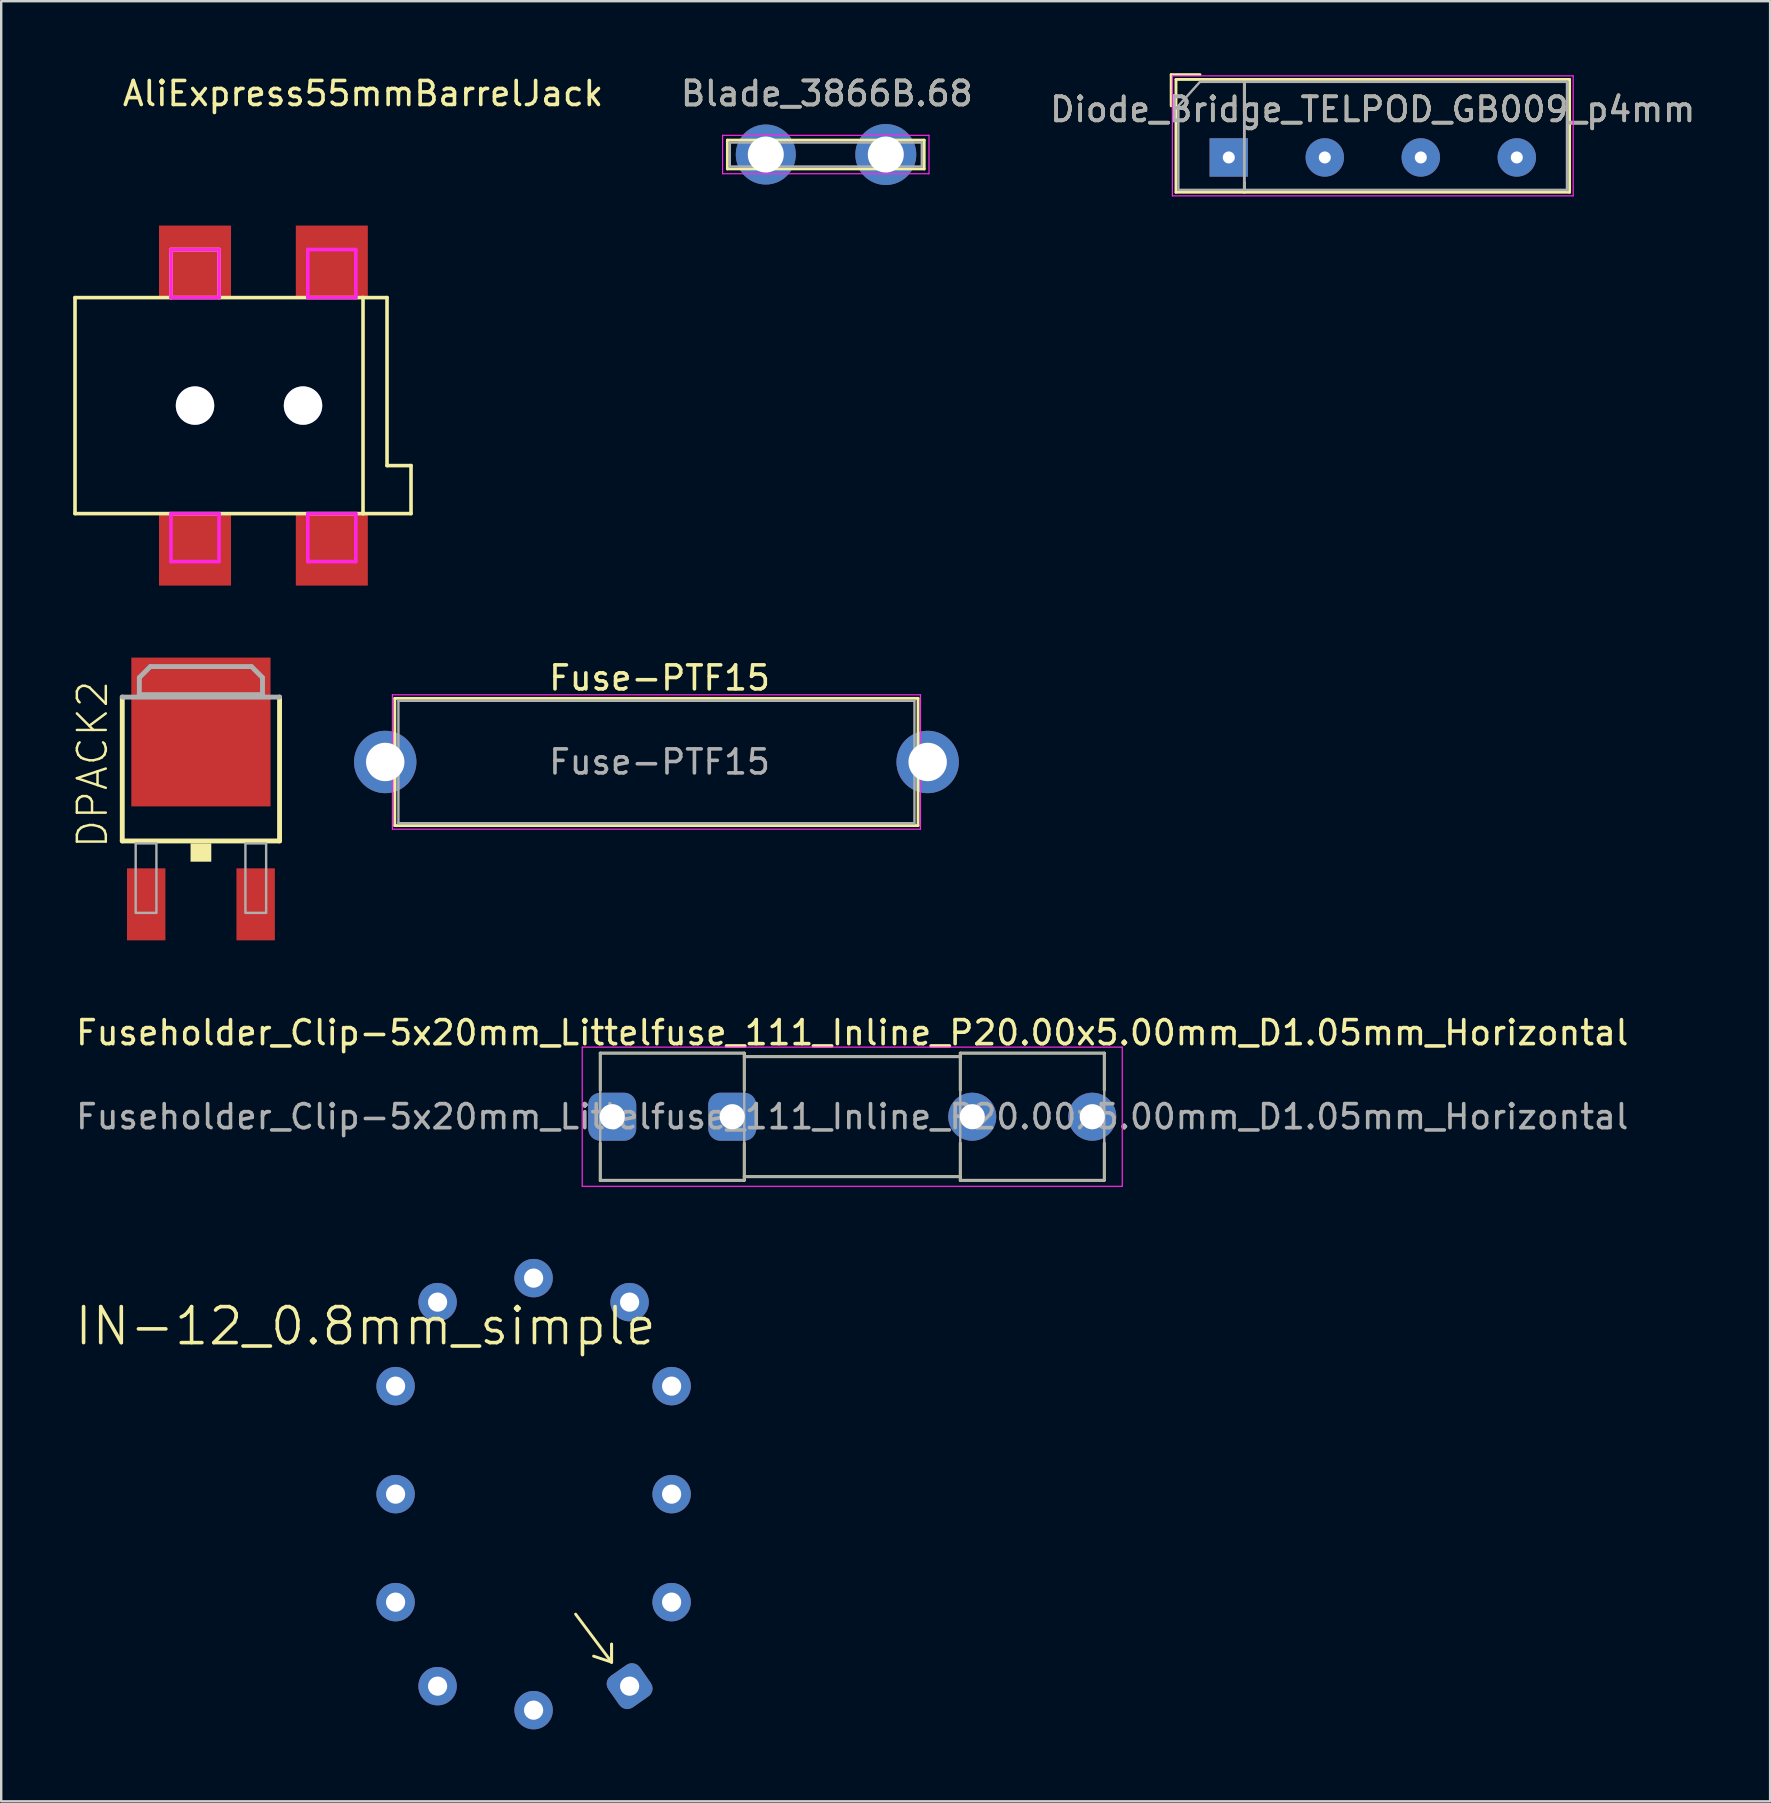
<source format=kicad_pcb>
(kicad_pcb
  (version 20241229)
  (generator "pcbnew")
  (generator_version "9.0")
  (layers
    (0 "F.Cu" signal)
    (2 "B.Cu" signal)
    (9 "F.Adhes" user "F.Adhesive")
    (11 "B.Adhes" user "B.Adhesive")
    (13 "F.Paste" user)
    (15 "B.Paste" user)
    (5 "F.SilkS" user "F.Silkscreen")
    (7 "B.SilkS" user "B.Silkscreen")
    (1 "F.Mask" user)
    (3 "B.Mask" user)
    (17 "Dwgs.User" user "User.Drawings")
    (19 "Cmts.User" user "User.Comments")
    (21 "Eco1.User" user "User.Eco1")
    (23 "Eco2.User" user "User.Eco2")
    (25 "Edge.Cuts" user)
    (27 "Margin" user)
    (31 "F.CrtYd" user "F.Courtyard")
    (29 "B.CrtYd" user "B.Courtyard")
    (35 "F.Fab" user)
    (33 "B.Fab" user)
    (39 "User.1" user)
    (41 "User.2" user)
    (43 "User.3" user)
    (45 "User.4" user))
  (footprint "Blade_3866B.68"
    (layer "F.Cu")
    (at 28.856 3.388)
    (property "Reference" "Blade_3866B.68" (at 2.54 -2.54 0) (layer "F.SilkS") (effects (font (size 1 1) (thickness 0.15))))
    (attr through_hole)
    (fp_line (start -1.6 -0.6) (end 6.6 -0.6) (stroke (width 0.12) (type solid)) (layer "F.SilkS"))
    (fp_line (start -1.6 0.6) (end -1.6 -0.6) (stroke (width 0.12) (type solid)) (layer "F.SilkS"))
    (fp_line (start -1.6 0.6) (end 6.6 0.6) (stroke (width 0.12) (type solid)) (layer "F.SilkS"))
    (fp_line (start 6.6 -0.6) (end 6.6 0.6) (stroke (width 0.12) (type solid)) (layer "F.SilkS"))
    (fp_line (start -1.8 -0.8) (end -1.8 0.8) (stroke (width 0.05) (type solid)) (layer "F.CrtYd"))
    (fp_line (start -1.8 -0.8) (end 6.8 -0.8) (stroke (width 0.05) (type solid)) (layer "F.CrtYd"))
    (fp_line (start -1.8 0.8) (end 6.8 0.8) (stroke (width 0.05) (type solid)) (layer "F.CrtYd"))
    (fp_line (start 6.8 -0.8) (end 6.8 0.8) (stroke (width 0.05) (type solid)) (layer "F.CrtYd"))
    (fp_line (start -1.5 -0.5) (end -1.5 0.5) (stroke (width 0.1) (type solid)) (layer "F.Fab"))
    (fp_line (start -1.5 -0.5) (end 6.5 -0.5) (stroke (width 0.1) (type solid)) (layer "F.Fab"))
    (fp_line (start -1.5 0.5) (end 6.5 0.5) (stroke (width 0.1) (type solid)) (layer "F.Fab"))
    (fp_line (start 6.5 -0.5) (end 6.5 0.5) (stroke (width 0.1) (type solid)) (layer "F.Fab"))
    (fp_text user "${REFERENCE}" (at 2.54 -2.54 0) (layer "F.Fab") (effects (font (size 1 1) (thickness 0.15))))
    (pad "1" thru_hole circle (at 0 0) (size 2.5 2.5) (drill 1.5) (layers "*.Cu" "*.Mask"))
    (pad "1" thru_hole circle (at 5 0) (size 2.54 2.54) (drill 1.5) (layers "*.Cu" "*.Mask")))
  (footprint "IN-12_0.8mm_simple"
    (layer "F.Cu")
    (at 19.182 59.202)
    (property "Reference" "IN-12_0.8mm_simple" (at -7 -7 180) (layer "F.SilkS") (effects (font (size 1.5 1.5) (thickness 0.15))))
    (attr through_hole)
    (fp_line (start 3.25 6.25) (end 3.25 7) (stroke (width 0.12) (type solid)) (layer "F.SilkS"))
    (fp_line (start 3.25 7) (end 1.75 5) (stroke (width 0.12) (type solid)) (layer "F.SilkS"))
    (fp_line (start 3.25 7) (end 2.5 6.75) (stroke (width 0.12) (type solid)) (layer "F.SilkS"))
    (fp_line (start 3.25 7) (end 3.25 6.25) (stroke (width 0.12) (type solid)) (layer "F.SilkS"))
    (pad "1" thru_hole roundrect (at 4 8 305) (size 1.6 1.6) (drill 0.8) (layers "*.Cu" "*.Mask") (roundrect_rratio 0.25))
    (pad "2" thru_hole circle (at 5.75 4.5) (size 1.6 1.6) (drill 0.8) (layers "*.Cu" "*.Mask"))
    (pad "3" thru_hole circle (at 5.75 0) (size 1.6 1.6) (drill 0.8) (layers "*.Cu" "*.Mask"))
    (pad "4" thru_hole circle (at 5.75 -4.5) (size 1.6 1.6) (drill 0.8) (layers "*.Cu" "*.Mask"))
    (pad "5" thru_hole circle (at 4 -8) (size 1.6 1.6) (drill 0.8) (layers "*.Cu" "*.Mask"))
    (pad "6" thru_hole circle (at 0 -9) (size 1.6 1.6) (drill 0.8) (layers "*.Cu" "*.Mask"))
    (pad "7" thru_hole circle (at -4 -8) (size 1.6 1.6) (drill 0.8) (layers "*.Cu" "*.Mask"))
    (pad "8" thru_hole circle (at -5.75 -4.5) (size 1.6 1.6) (drill 0.8) (layers "*.Cu" "*.Mask"))
    (pad "9" thru_hole circle (at -5.75 0) (size 1.6 1.6) (drill 0.8) (layers "*.Cu" "*.Mask"))
    (pad "10" thru_hole circle (at -5.75 4.5) (size 1.6 1.6) (drill 0.8) (layers "*.Cu" "*.Mask"))
    (pad "11" thru_hole oval (at -4 8) (size 1.6 1.6) (drill 0.8) (layers "*.Cu" "*.Mask"))
    (pad "12" thru_hole circle (at 0 9) (size 1.6 1.6) (drill 0.8) (layers "*.Cu" "*.Mask")))
  (footprint "Fuseholder_Clip-5x20mm_Littelfuse_111_Inline_P20.00x5.00mm_D1.05mm_Horizontal"
    (layer "F.Cu")
    (at 22.458 43.477)
    (property "Reference" "Fuseholder_Clip-5x20mm_Littelfuse_111_Inline_P20.00x5.00mm_D1.05mm_Horizontal" (at 10 -3.5 0) (layer "F.SilkS") (effects (font (size 1 1) (thickness 0.15))))
    (attr through_hole)
    (fp_line (start -0.5 -2.65) (end -0.5 -1.1) (stroke (width 0.12) (type solid)) (layer "F.SilkS"))
    (fp_line (start -0.5 2.65) (end -0.5 1.1) (stroke (width 0.12) (type solid)) (layer "F.SilkS"))
    (fp_line (start 5.5 -2.65) (end -0.5 -2.65) (stroke (width 0.12) (type solid)) (layer "F.SilkS"))
    (fp_line (start 5.5 -2.65) (end 5.5 -1.1) (stroke (width 0.12) (type solid)) (layer "F.SilkS"))
    (fp_line (start 5.5 2.65) (end -0.5 2.65) (stroke (width 0.12) (type solid)) (layer "F.SilkS"))
    (fp_line (start 5.5 2.65) (end 5.5 1.1) (stroke (width 0.12) (type solid)) (layer "F.SilkS"))
    (fp_line (start 14.5 -2.65) (end 14.5 -1.1) (stroke (width 0.12) (type solid)) (layer "F.SilkS"))
    (fp_line (start 14.5 -2.5) (end 5.5 -2.5) (stroke (width 0.12) (type solid)) (layer "F.SilkS"))
    (fp_line (start 14.5 2.5) (end 5.5 2.5) (stroke (width 0.12) (type solid)) (layer "F.SilkS"))
    (fp_line (start 14.5 2.65) (end 14.5 1.1) (stroke (width 0.12) (type solid)) (layer "F.SilkS"))
    (fp_line (start 14.5 2.65) (end 20.5 2.65) (stroke (width 0.12) (type solid)) (layer "F.SilkS"))
    (fp_line (start 20.5 -2.65) (end 14.5 -2.65) (stroke (width 0.12) (type solid)) (layer "F.SilkS"))
    (fp_line (start 20.5 -1.1) (end 20.5 -2.65) (stroke (width 0.12) (type solid)) (layer "F.SilkS"))
    (fp_line (start 20.5 1.1) (end 20.5 2.65) (stroke (width 0.12) (type solid)) (layer "F.SilkS"))
    (fp_line (start -1.25 -2.9) (end -1.25 2.9) (stroke (width 0.05) (type solid)) (layer "F.CrtYd"))
    (fp_line (start -1.25 -2.9) (end 21.25 -2.9) (stroke (width 0.05) (type solid)) (layer "F.CrtYd"))
    (fp_line (start 21.25 2.9) (end -1.25 2.9) (stroke (width 0.05) (type solid)) (layer "F.CrtYd"))
    (fp_line (start 21.25 2.9) (end 21.25 -2.9) (stroke (width 0.05) (type solid)) (layer "F.CrtYd"))
    (fp_line (start -0.5 -2.65) (end 5.5 -2.65) (stroke (width 0.1) (type solid)) (layer "F.Fab"))
    (fp_line (start -0.5 2.65) (end -0.5 -2.65) (stroke (width 0.1) (type solid)) (layer "F.Fab"))
    (fp_line (start 5.5 -2.65) (end 5.5 2.65) (stroke (width 0.1) (type solid)) (layer "F.Fab"))
    (fp_line (start 5.5 -2.5) (end 14.5 -2.5) (stroke (width 0.1) (type solid)) (layer "F.Fab"))
    (fp_line (start 5.5 2.65) (end -0.5 2.65) (stroke (width 0.1) (type solid)) (layer "F.Fab"))
    (fp_line (start 14.5 -2.65) (end 14.5 2.65) (stroke (width 0.1) (type solid)) (layer "F.Fab"))
    (fp_line (start 14.5 2.5) (end 5.5 2.5) (stroke (width 0.1) (type solid)) (layer "F.Fab"))
    (fp_line (start 14.5 2.65) (end 20.5 2.65) (stroke (width 0.1) (type solid)) (layer "F.Fab"))
    (fp_line (start 20.5 -2.65) (end 14.5 -2.65) (stroke (width 0.1) (type solid)) (layer "F.Fab"))
    (fp_line (start 20.5 2.65) (end 20.5 -2.65) (stroke (width 0.1) (type solid)) (layer "F.Fab"))
    (fp_text user "${REFERENCE}" (at 10 0 0) (layer "F.Fab") (effects (font (size 1 1) (thickness 0.15))))
    (pad "1" thru_hole roundrect (at 0 0) (size 2 2) (drill 1.05) (layers "*.Cu" "*.Mask") (roundrect_rratio 0.25))
    (pad "1" thru_hole roundrect (at 5 0) (size 2 2) (drill 1.05) (layers "*.Cu" "*.Mask") (roundrect_rratio 0.25))
    (pad "2" thru_hole circle (at 15 0) (size 2 2) (drill 1.05) (layers "*.Cu" "*.Mask"))
    (pad "2" thru_hole circle (at 20 0) (size 2 2) (drill 1.05) (layers "*.Cu" "*.Mask")))
  (footprint "Diode_Bridge_TELPOD_GB009_p4mm"
    (layer "F.Cu")
    (at 48.146 3.51)
    (property "Reference" "Diode_Bridge_TELPOD_GB009_p4mm" (at 6 -2 0) (layer "F.SilkS") (effects (font (size 1 1) (thickness 0.15))))
    (attr through_hole)
    (fp_line (start -2.4 -3.45) (end -1.2 -3.45) (stroke (width 0.12) (type solid)) (layer "F.SilkS"))
    (fp_line (start -2.4 -2.15) (end -2.4 -3.45) (stroke (width 0.12) (type solid)) (layer "F.SilkS"))
    (fp_line (start -2.2 -3.25) (end -2.2 1.45) (stroke (width 0.12) (type solid)) (layer "F.SilkS"))
    (fp_line (start -2.2 1.45) (end 14.2 1.45) (stroke (width 0.12) (type solid)) (layer "F.SilkS"))
    (fp_line (start 0.65 -1.9) (end 0.65 -3.25) (stroke (width 0.12) (type solid)) (layer "F.SilkS"))
    (fp_line (start 0.65 1.05) (end 0.65 1.45) (stroke (width 0.12) (type solid)) (layer "F.SilkS"))
    (fp_line (start 14.2 -3.25) (end -2.2 -3.25) (stroke (width 0.12) (type solid)) (layer "F.SilkS"))
    (fp_line (start 14.2 1.45) (end 14.2 -3.25) (stroke (width 0.12) (type solid)) (layer "F.SilkS"))
    (fp_line (start -2.35 -3.4) (end -2.35 1.6) (stroke (width 0.05) (type solid)) (layer "F.CrtYd"))
    (fp_line (start -2.35 -3.4) (end 14.35 -3.4) (stroke (width 0.05) (type solid)) (layer "F.CrtYd"))
    (fp_line (start 14.35 1.6) (end -2.35 1.6) (stroke (width 0.05) (type solid)) (layer "F.CrtYd"))
    (fp_line (start 14.35 1.6) (end 14.35 -3.4) (stroke (width 0.05) (type solid)) (layer "F.CrtYd"))
    (fp_line (start -2.1 -2.15) (end -2.1 1.35) (stroke (width 0.1) (type solid)) (layer "F.Fab"))
    (fp_line (start -2.1 1.35) (end 14.1 1.35) (stroke (width 0.1) (type solid)) (layer "F.Fab"))
    (fp_line (start -1.2 -3.15) (end -2.1 -2.15) (stroke (width 0.1) (type solid)) (layer "F.Fab"))
    (fp_line (start 0.65 -3.15) (end 0.65 1.35) (stroke (width 0.12) (type solid)) (layer "F.Fab"))
    (fp_line (start 14.1 -3.15) (end -1.2 -3.15) (stroke (width 0.1) (type solid)) (layer "F.Fab"))
    (fp_line (start 14.1 1.35) (end 14.1 -3.15) (stroke (width 0.12) (type solid)) (layer "F.Fab"))
    (fp_text user "${REFERENCE}" (at 6 -2 0) (layer "F.Fab") (effects (font (size 1 1) (thickness 0.15))))
    (pad "1" thru_hole rect (at 0 0) (size 1.6 1.6) (drill 0.5) (layers "*.Cu" "*.Mask"))
    (pad "2" thru_hole circle (at 4 0) (size 1.6 1.6) (drill 0.5) (layers "*.Cu" "*.Mask"))
    (pad "3" thru_hole circle (at 8 0) (size 1.6 1.6) (drill 0.5) (layers "*.Cu" "*.Mask"))
    (pad "4" thru_hole circle (at 12 0) (size 1.6 1.6) (drill 0.5) (layers "*.Cu" "*.Mask")))
  (footprint "AliExpress55mmBarrelJack"
    (layer "F.Cu")
    (at 5.075 13.848)
    (property "Reference" "AliExpress55mmBarrelJack" (at 7 -13 0) (layer "F.SilkS") (effects (font (size 1 1) (thickness 0.15))))
    (attr through_hole)
    (fp_line (start -5 -4.5) (end -5 4.5) (stroke (width 0.15) (type solid)) (layer "F.SilkS"))
    (fp_line (start -5 4.5) (end 7 4.5) (stroke (width 0.15) (type solid)) (layer "F.SilkS"))
    (fp_line (start -1 -6.5) (end 1 -6.5) (stroke (width 0.15) (type solid)) (layer "F.SilkS"))
    (fp_line (start -1 -4.5) (end -1 -6.5) (stroke (width 0.15) (type solid)) (layer "F.SilkS"))
    (fp_line (start 1 -6.5) (end 1 -4.5) (stroke (width 0.15) (type solid)) (layer "F.SilkS"))
    (fp_line (start 7 -4.5) (end -5 -4.5) (stroke (width 0.15) (type solid)) (layer "F.SilkS"))
    (fp_line (start 7 4.5) (end 7 -4.5) (stroke (width 0.15) (type solid)) (layer "F.SilkS"))
    (fp_line (start 7 4.5) (end 9 4.5) (stroke (width 0.15) (type solid)) (layer "F.SilkS"))
    (fp_line (start 8 -4.5) (end 7 -4.5) (stroke (width 0.15) (type solid)) (layer "F.SilkS"))
    (fp_line (start 8 2.5) (end 8 -4.5) (stroke (width 0.15) (type solid)) (layer "F.SilkS"))
    (fp_line (start 9 2.5) (end 8 2.5) (stroke (width 0.15) (type solid)) (layer "F.SilkS"))
    (fp_line (start 9 4.5) (end 9 2.5) (stroke (width 0.15) (type solid)) (layer "F.SilkS"))
    (fp_line (start -1 -6.5) (end 1 -6.5) (stroke (width 0.15) (type solid)) (layer "F.CrtYd"))
    (fp_line (start -1 -4.5) (end -1 -6.5) (stroke (width 0.15) (type solid)) (layer "F.CrtYd"))
    (fp_line (start -1 4.5) (end 1 4.5) (stroke (width 0.15) (type solid)) (layer "F.CrtYd"))
    (fp_line (start -1 6.5) (end -1 4.5) (stroke (width 0.15) (type solid)) (layer "F.CrtYd"))
    (fp_line (start 1 -6.5) (end 1 -4.5) (stroke (width 0.15) (type solid)) (layer "F.CrtYd"))
    (fp_line (start 1 -4.5) (end -1 -4.5) (stroke (width 0.15) (type solid)) (layer "F.CrtYd"))
    (fp_line (start 1 4.5) (end 1 6.5) (stroke (width 0.15) (type solid)) (layer "F.CrtYd"))
    (fp_line (start 1 6.5) (end -1 6.5) (stroke (width 0.15) (type solid)) (layer "F.CrtYd"))
    (fp_line (start 4.7 -6.5) (end 6.7 -6.5) (stroke (width 0.15) (type solid)) (layer "F.CrtYd"))
    (fp_line (start 4.7 -4.5) (end 4.7 -6.5) (stroke (width 0.15) (type solid)) (layer "F.CrtYd"))
    (fp_line (start 4.7 4.5) (end 6.7 4.5) (stroke (width 0.15) (type solid)) (layer "F.CrtYd"))
    (fp_line (start 4.7 6.5) (end 4.7 4.5) (stroke (width 0.15) (type solid)) (layer "F.CrtYd"))
    (fp_line (start 6.7 -6.5) (end 6.7 -4.5) (stroke (width 0.15) (type solid)) (layer "F.CrtYd"))
    (fp_line (start 6.7 -4.5) (end 4.7 -4.5) (stroke (width 0.15) (type solid)) (layer "F.CrtYd"))
    (fp_line (start 6.7 4.5) (end 6.7 6.5) (stroke (width 0.15) (type solid)) (layer "F.CrtYd"))
    (fp_line (start 6.7 6.5) (end 4.7 6.5) (stroke (width 0.15) (type solid)) (layer "F.CrtYd"))
    (pad "1" smd rect (at 0 -5.5) (size 3 3) (drill (offset 0 -0.5)) (layers "F.Cu" "F.Mask" "F.Paste"))
    (pad "1" smd rect (at 5.7 -5.5) (size 3 3) (drill (offset 0 -0.5)) (layers "F.Cu" "F.Mask" "F.Paste"))
    (pad "2" smd rect (at 0 5.5) (size 3 3) (drill (offset 0 0.5)) (layers "F.Cu" "F.Mask" "F.Paste"))
    (pad "3" smd rect (at 5.7 5.5) (size 3 3) (drill (offset 0 0.5)) (layers "F.Cu" "F.Mask" "F.Paste"))
    (pad "~" thru_hole circle (at 0 0) (size 1.6 1.6) (drill 1.6) (layers "*.Cu" "*.Mask"))
    (pad "~" thru_hole circle (at 4.5 0) (size 1.6 1.6) (drill 1.6) (layers "*.Cu" "*.Mask")))
  (footprint "Fuse-PTF15"
    (layer "F.Cu")
    (at 13 28.697)
    (property "Reference" "Fuse-PTF15" (at 11.43 -3.5 0) (layer "F.SilkS") (effects (font (size 1 1) (thickness 0.15))))
    (attr through_hole)
    (fp_line (start 0.4 -2.65) (end 0.4 2.65) (stroke (width 0.12) (type solid)) (layer "F.SilkS"))
    (fp_line (start 0.4 -2.65) (end 22.2 -2.65) (stroke (width 0.12) (type solid)) (layer "F.SilkS"))
    (fp_line (start 0.4 2.65) (end 22.2 2.65) (stroke (width 0.12) (type solid)) (layer "F.SilkS"))
    (fp_line (start 22.2 2.65) (end 22.2 -2.65) (stroke (width 0.12) (type solid)) (layer "F.SilkS"))
    (fp_line (start 0.3 -2.8) (end 0.3 2.8) (stroke (width 0.05) (type solid)) (layer "F.CrtYd"))
    (fp_line (start 0.3 -2.8) (end 22.3 -2.8) (stroke (width 0.05) (type solid)) (layer "F.CrtYd"))
    (fp_line (start 0.3 2.8) (end 22.3 2.8) (stroke (width 0.05) (type solid)) (layer "F.CrtYd"))
    (fp_line (start 22.3 2.8) (end 22.3 -2.8) (stroke (width 0.05) (type solid)) (layer "F.CrtYd"))
    (fp_line (start 0.55 -2.55) (end 0.55 2.55) (stroke (width 0.1) (type solid)) (layer "F.Fab"))
    (fp_line (start 0.55 -2.55) (end 22.05 -2.55) (stroke (width 0.1) (type solid)) (layer "F.Fab"))
    (fp_line (start 0.55 2.55) (end 22.05 2.55) (stroke (width 0.1) (type solid)) (layer "F.Fab"))
    (fp_line (start 22.05 2.55) (end 22.05 -2.55) (stroke (width 0.1) (type solid)) (layer "F.Fab"))
    (fp_text user "${REFERENCE}" (at 11.43 0 0) (layer "F.Fab") (effects (font (size 1 1) (thickness 0.15))))
    (pad "1" thru_hole circle (at 0 0) (size 2.6 2.6) (drill 1.6) (layers "*.Cu" "*.Mask"))
    (pad "2" thru_hole circle (at 22.6 0) (size 2.6 2.6) (drill 1.6) (layers "*.Cu" "*.Mask")))
  (footprint "DPACK2"
    (layer "F.Cu")
    (at 5.321 29.828)
    (property "Reference" "DPACK2" (at -3.81 2.54 90) (layer "F.SilkS") (effects (font (size 1.206 1.206) (thickness 0.102)) (justify left bottom)))
    (attr through_hole)
    (fp_line (start -3.277 2.159) (end -3.277 -3.835) (stroke (width 0.203) (type solid)) (layer "F.SilkS"))
    (fp_line (start 3.277 -3.835) (end 3.277 2.159) (stroke (width 0.203) (type solid)) (layer "F.SilkS"))
    (fp_line (start 3.277 2.159) (end -3.277 2.159) (stroke (width 0.203) (type solid)) (layer "F.SilkS"))
    (fp_poly (pts (xy -0.432 3.023) (xy 0.432 3.023) (xy 0.432 2.261) (xy -0.432 2.261)) (stroke (width 0) (type solid)) (fill yes) (layer "F.SilkS"))
    (fp_line (start -3.277 -3.835) (end 3.277 -3.835) (stroke (width 0.203) (type solid)) (layer "F.Fab"))
    (fp_line (start -2.565 -4.648) (end -2.108 -5.105) (stroke (width 0.203) (type solid)) (layer "F.Fab"))
    (fp_line (start -2.565 -3.937) (end -2.565 -4.648) (stroke (width 0.203) (type solid)) (layer "F.Fab"))
    (fp_line (start -2.108 -5.105) (end 2.108 -5.105) (stroke (width 0.203) (type solid)) (layer "F.Fab"))
    (fp_line (start 2.108 -5.105) (end 2.565 -4.648) (stroke (width 0.203) (type solid)) (layer "F.Fab"))
    (fp_line (start 2.565 -4.648) (end 2.565 -3.937) (stroke (width 0.203) (type solid)) (layer "F.Fab"))
    (fp_line (start 2.565 -3.937) (end -2.565 -3.937) (stroke (width 0.203) (type solid)) (layer "F.Fab"))
    (fp_poly (pts (xy -2.718 5.156) (xy -1.854 5.156) (xy -1.854 2.261) (xy -2.718 2.261)) (stroke (width 0.1) (type solid)) (fill no) (layer "F.Fab"))
    (fp_poly (pts (xy 1.854 5.156) (xy 2.718 5.156) (xy 2.718 2.261) (xy 1.854 2.261)) (stroke (width 0.1) (type solid)) (fill no) (layer "F.Fab"))
    (fp_poly (pts (xy -2.565 -3.937) (xy -2.565 -4.648) (xy -2.108 -5.105) (xy 2.108 -5.105) (xy 2.565 -4.648) (xy 2.565 -3.937)) (stroke (width 0.1) (type solid)) (fill no) (layer "F.Fab"))
    (pad "1" smd rect (at -2.28 4.8) (size 1.6 3) (layers "F.Cu" "F.Mask" "F.Paste"))
    (pad "2" smd rect (at 0 -2.38) (size 5.8 6.2) (layers "F.Cu" "F.Mask" "F.Paste"))
    (pad "3" smd rect (at 2.28 4.8) (size 1.6 3) (layers "F.Cu" "F.Mask" "F.Paste")))
  (gr_rect
    (start -3 -3)
    (end 70.7 72.001)
    (stroke (width 0.1) (type default))
    (fill no)
    (layer "Edge.Cuts")))
</source>
